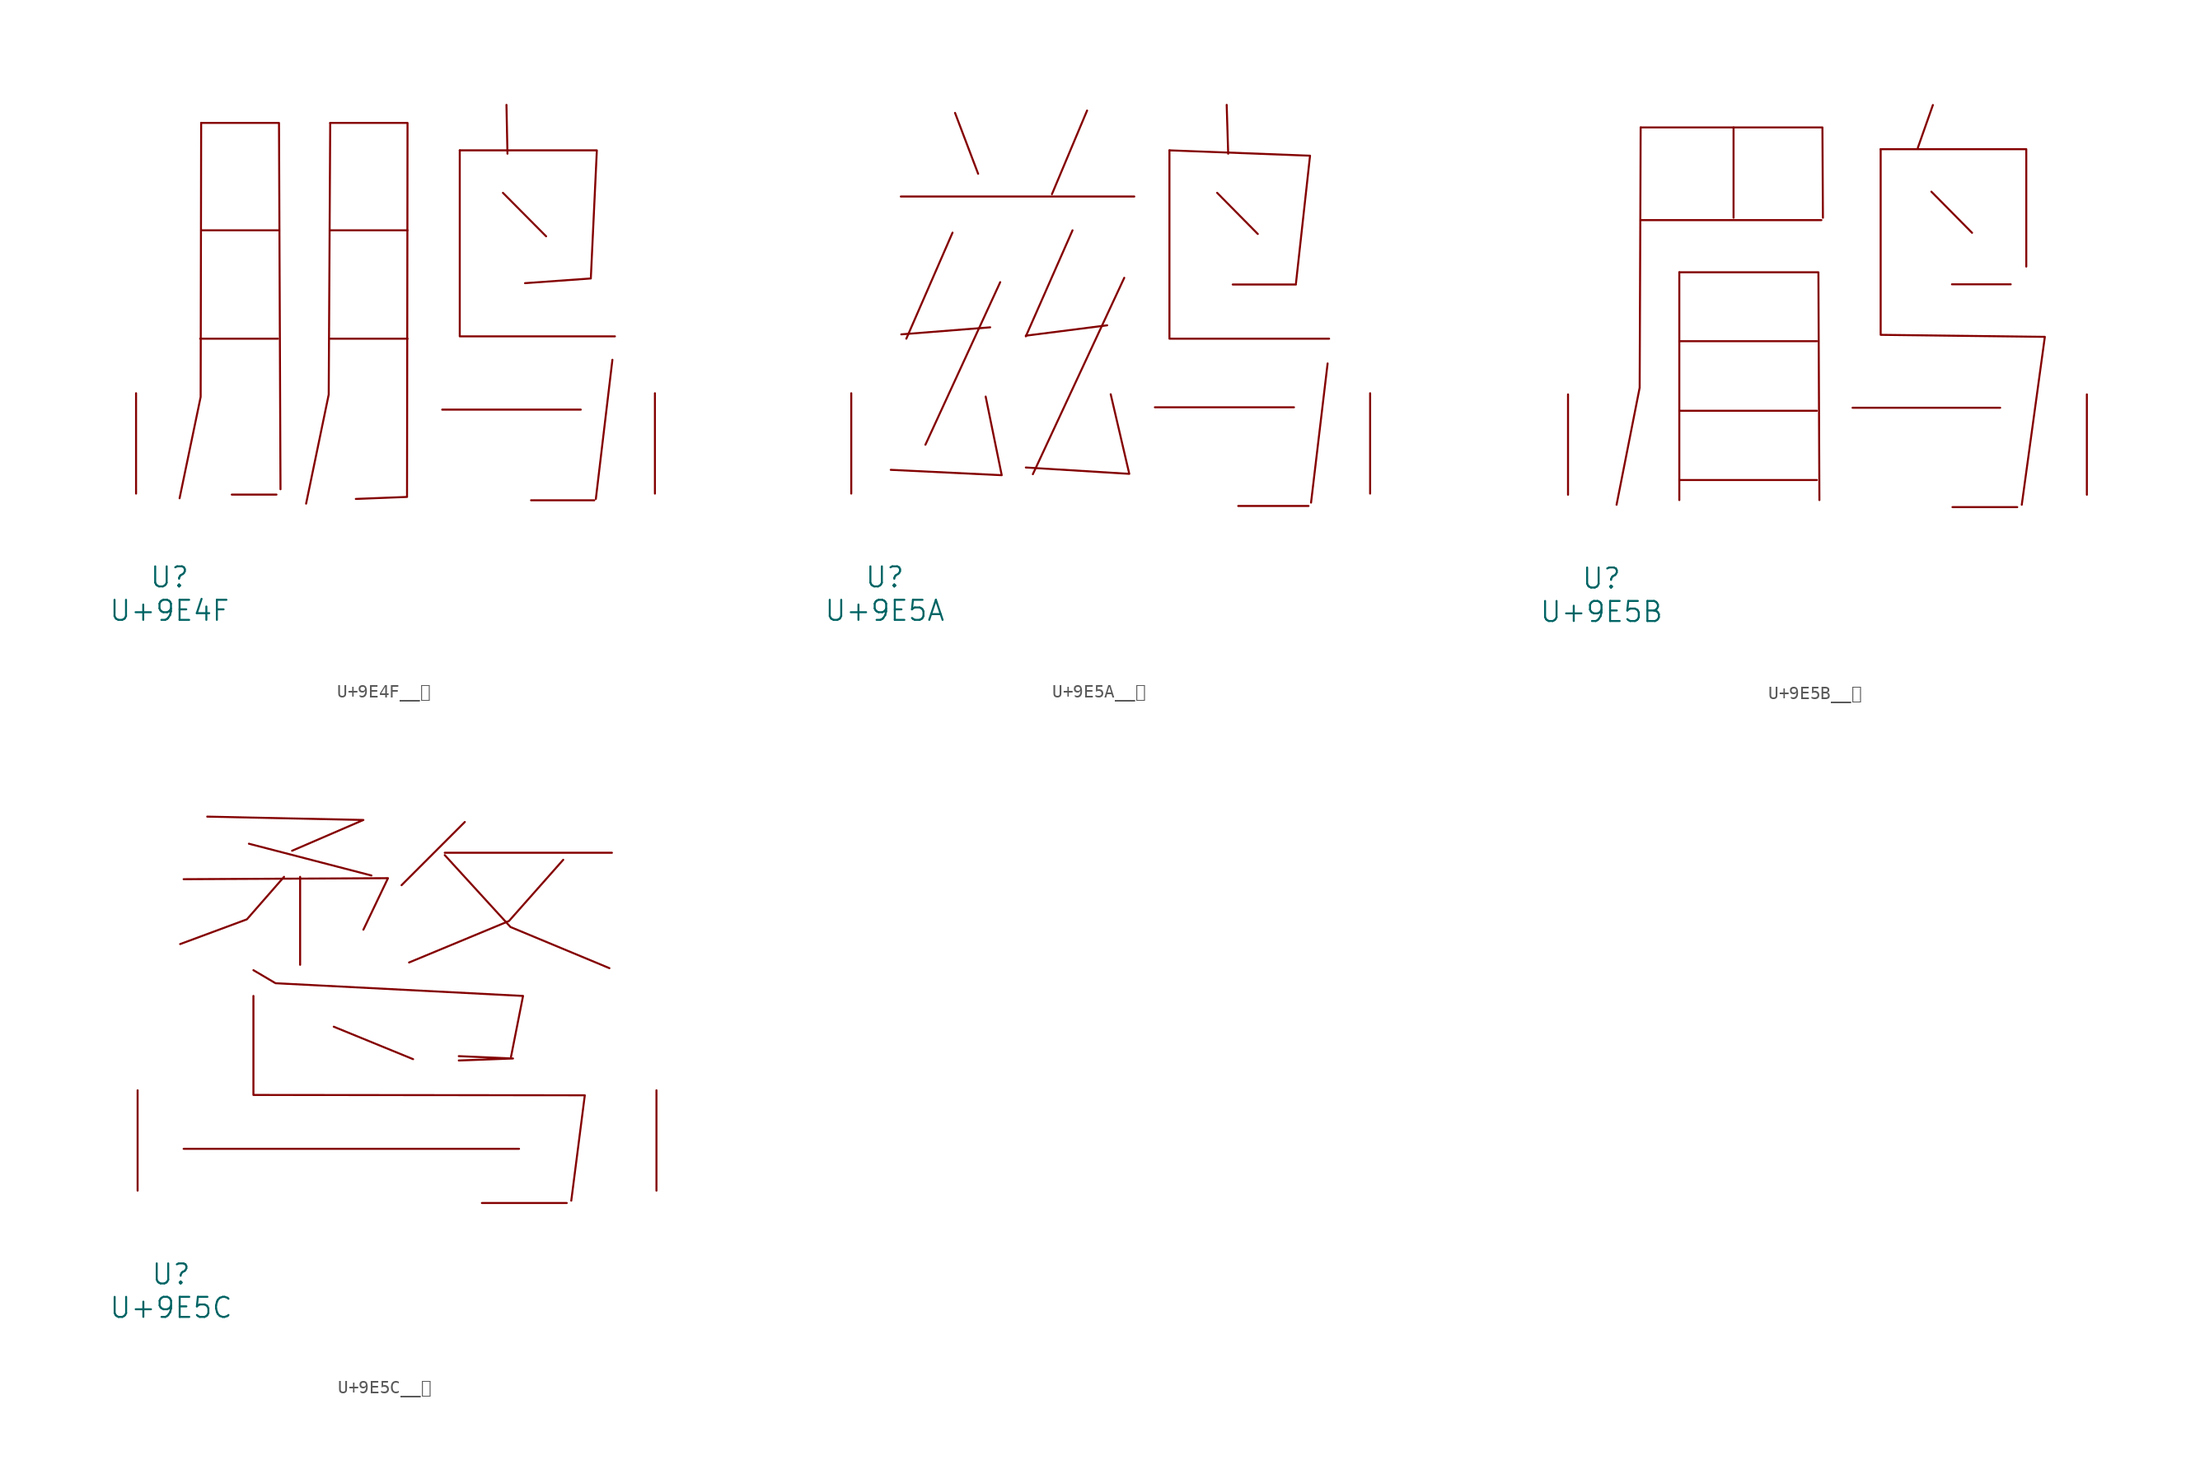
<source format=kicad_sym>
(kicad_symbol_lib
  (version 20231120)
  (generator "kicad_symbol_editor")
  (generator_version "8.0")
  (symbol "U+9E4F__鹏"
    (pin_names
      (offset 1.016))
    (property "Reference" "U"
      (at 0 -6.35 0)
      (effects (font (size 1.524 1.524))))
    (property "Value" "U+9E4F"
      (at 0 -8.89 0)
      (effects (font (size 1.524 1.524))))
    (symbol "U+9E4F__鹏_0_1"
      (polyline (pts (xy 2.324 11.76) (xy 8.23 11.76)) (stroke (width 0) (type solid)) (fill (type none)))
      (polyline (pts (xy 2.4 19.99) (xy 8.23 19.99)) (stroke (width 0) (type solid)) (fill (type none)))
      (polyline (pts (xy 4.724 -0.076) (xy 8.115 -0.076)) (stroke (width 0) (type solid)) (fill (type none)))
      (polyline (pts (xy 12.192 11.76) (xy 18.059 11.76)) (stroke (width 0) (type solid)) (fill (type none)))
      (polyline (pts (xy 12.192 19.99) (xy 18.059 19.99)) (stroke (width 0) (type solid)) (fill (type none)))
      (polyline (pts (xy 20.688 6.375) (xy 31.204 6.375)) (stroke (width 0) (type solid)) (fill (type none)))
      (polyline (pts (xy 22.022 11.938) (xy 33.795 11.938)) (stroke (width 0) (type solid)) (fill (type none)))
      (polyline (pts (xy 22.022 26.06) (xy 22.022 11.989)) (stroke (width 0) (type solid)) (fill (type none)))
      (polyline (pts (xy 25.298 22.835) (xy 28.575 19.533)) (stroke (width 0) (type solid)) (fill (type none)))
      (polyline (pts (xy 25.565 29.515) (xy 25.641 25.806)) (stroke (width 0) (type solid)) (fill (type none)))
      (polyline (pts (xy 27.432 -0.508) (xy 32.233 -0.508)) (stroke (width 0) (type solid)) (fill (type none)))
      (polyline (pts (xy 33.604 10.16) (xy 32.347 -0.406)) (stroke (width 0) (type solid)) (fill (type none)))
      (polyline (pts (xy 2.4 28.143) (xy 2.362 7.341) (xy 0.762 -0.356)) (stroke (width 0) (type solid)) (fill (type none)))
      (polyline (pts (xy 2.4 28.143) (xy 8.306 28.143) (xy 8.42 0.33)) (stroke (width 0) (type solid)) (fill (type none)))
      (polyline (pts (xy 12.192 28.143) (xy 12.078 7.518) (xy 10.363 -0.762)) (stroke (width 0) (type solid)) (fill (type none)))
      (polyline (pts (xy 12.192 28.143) (xy 18.059 28.143) (xy 18.021 -0.254) (xy 14.135 -0.406)) (stroke (width 0) (type solid)) (fill (type none)))
      (polyline (pts (xy 22.022 26.06) (xy 32.423 26.06) (xy 31.966 16.332) (xy 26.975 15.977)) (stroke (width 0) (type solid)) (fill (type none)))
      (pin input line (at -2.54 0 90) (length 7.62) (name "~" (effects (font (size 1.27 1.27)))) (number "~" (effects (font (size 1.27 1.27)))))
      (pin input line (at 36.83 0 90) (length 7.62) (name "~" (effects (font (size 1.27 1.27)))) (number "~" (effects (font (size 1.27 1.27)))))))
  (symbol "U+9E5A__鹚"
    (pin_names
      (offset 1.016))
    (property "Reference" "U"
      (at 0 -6.35 0)
      (effects (font (size 1.524 1.524))))
    (property "Value" "U+9E5A"
      (at 0 -8.89 0)
      (effects (font (size 1.524 1.524))))
    (symbol "U+9E5A__鹚_0_1"
      (polyline (pts (xy 1.219 22.555) (xy 18.936 22.555)) (stroke (width 0) (type solid)) (fill (type none)))
      (polyline (pts (xy 5.144 19.812) (xy 1.638 11.76)) (stroke (width 0) (type solid)) (fill (type none)))
      (polyline (pts (xy 5.334 28.905) (xy 7.087 24.282)) (stroke (width 0) (type solid)) (fill (type none)))
      (polyline (pts (xy 8.001 12.624) (xy 1.257 12.09)) (stroke (width 0) (type solid)) (fill (type none)))
      (polyline (pts (xy 8.763 16.053) (xy 3.086 3.708)) (stroke (width 0) (type solid)) (fill (type none)))
      (polyline (pts (xy 14.249 19.99) (xy 10.706 11.938)) (stroke (width 0) (type solid)) (fill (type none)))
      (polyline (pts (xy 15.354 29.083) (xy 12.687 22.733)) (stroke (width 0) (type solid)) (fill (type none)))
      (polyline (pts (xy 16.878 12.776) (xy 10.706 11.989)) (stroke (width 0) (type solid)) (fill (type none)))
      (polyline (pts (xy 18.174 16.383) (xy 11.239 1.473)) (stroke (width 0) (type solid)) (fill (type none)))
      (polyline (pts (xy 20.498 6.553) (xy 31.052 6.553)) (stroke (width 0) (type solid)) (fill (type none)))
      (polyline (pts (xy 21.603 11.76) (xy 33.718 11.76)) (stroke (width 0) (type solid)) (fill (type none)))
      (polyline (pts (xy 21.603 26.06) (xy 21.603 11.836)) (stroke (width 0) (type solid)) (fill (type none)))
      (polyline (pts (xy 25.222 22.835) (xy 28.308 19.71)) (stroke (width 0) (type solid)) (fill (type none)))
      (polyline (pts (xy 25.946 29.515) (xy 26.06 25.806)) (stroke (width 0) (type solid)) (fill (type none)))
      (polyline (pts (xy 26.403 15.875) (xy 31.204 15.875)) (stroke (width 0) (type solid)) (fill (type none)))
      (polyline (pts (xy 26.822 -0.94) (xy 32.156 -0.94)) (stroke (width 0) (type solid)) (fill (type none)))
      (polyline (pts (xy 33.604 9.881) (xy 32.347 -0.686)) (stroke (width 0) (type solid)) (fill (type none)))
      (polyline (pts (xy 7.658 7.366) (xy 8.877 1.397) (xy 0.457 1.803)) (stroke (width 0) (type solid)) (fill (type none)))
      (polyline (pts (xy 17.145 7.544) (xy 18.555 1.499) (xy 10.706 1.981)) (stroke (width 0) (type solid)) (fill (type none)))
      (polyline (pts (xy 21.603 26.06) (xy 32.271 25.654) (xy 31.204 15.977)) (stroke (width 0) (type solid)) (fill (type none)))
      (pin input line (at -2.54 0 90) (length 7.62) (name "~" (effects (font (size 1.27 1.27)))) (number "~" (effects (font (size 1.27 1.27)))))
      (pin input line (at 36.83 0 90) (length 7.62) (name "~" (effects (font (size 1.27 1.27)))) (number "~" (effects (font (size 1.27 1.27)))))))
  (symbol "U+9E5B__鹛"
    (pin_names
      (offset 1.016))
    (property "Reference" "U"
      (at 0 -6.35 0)
      (effects (font (size 1.524 1.524))))
    (property "Value" "U+9E5B"
      (at 0 -8.89 0)
      (effects (font (size 1.524 1.524))))
    (symbol "U+9E5B__鹛_0_1"
      (polyline (pts (xy 2.972 20.853) (xy 16.688 20.853)) (stroke (width 0) (type solid)) (fill (type none)))
      (polyline (pts (xy 5.905 1.118) (xy 16.345 1.118)) (stroke (width 0) (type solid)) (fill (type none)))
      (polyline (pts (xy 5.905 6.375) (xy 16.345 6.375)) (stroke (width 0) (type solid)) (fill (type none)))
      (polyline (pts (xy 5.905 11.659) (xy 16.345 11.659)) (stroke (width 0) (type solid)) (fill (type none)))
      (polyline (pts (xy 5.905 16.891) (xy 5.905 -0.406)) (stroke (width 0) (type solid)) (fill (type none)))
      (polyline (pts (xy 10.02 27.889) (xy 10.02 21.031)) (stroke (width 0) (type solid)) (fill (type none)))
      (polyline (pts (xy 19.05 6.604) (xy 30.251 6.604)) (stroke (width 0) (type solid)) (fill (type none)))
      (polyline (pts (xy 25.032 23.012) (xy 28.118 19.888)) (stroke (width 0) (type solid)) (fill (type none)))
      (polyline (pts (xy 25.146 29.591) (xy 24.003 26.34)) (stroke (width 0) (type solid)) (fill (type none)))
      (polyline (pts (xy 26.594 15.977) (xy 31.052 15.977)) (stroke (width 0) (type solid)) (fill (type none)))
      (polyline (pts (xy 26.632 -0.94) (xy 31.547 -0.94)) (stroke (width 0) (type solid)) (fill (type none)))
      (polyline (pts (xy 2.972 27.889) (xy 2.896 8.128) (xy 1.143 -0.762)) (stroke (width 0) (type solid)) (fill (type none)))
      (polyline (pts (xy 2.972 27.889) (xy 16.764 27.889) (xy 16.802 21.031)) (stroke (width 0) (type solid)) (fill (type none)))
      (polyline (pts (xy 5.905 16.891) (xy 16.459 16.891) (xy 16.535 -0.406)) (stroke (width 0) (type solid)) (fill (type none)))
      (polyline (pts (xy 21.184 26.238) (xy 32.233 26.238) (xy 32.233 17.323)) (stroke (width 0) (type solid)) (fill (type none)))
      (polyline (pts (xy 21.184 26.238) (xy 21.184 12.141) (xy 33.642 11.989) (xy 31.89 -0.762)) (stroke (width 0) (type solid)) (fill (type none)))
      (pin input line (at -2.54 0 90) (length 7.62) (name "~" (effects (font (size 1.27 1.27)))) (number "~" (effects (font (size 1.27 1.27)))))
      (pin input line (at 36.83 0 90) (length 7.62) (name "~" (effects (font (size 1.27 1.27)))) (number "~" (effects (font (size 1.27 1.27)))))))
  (symbol "U+9E5C__鹜"
    (pin_names
      (offset 1.016))
    (property "Reference" "U"
      (at 0 -6.35 0)
      (effects (font (size 1.524 1.524))))
    (property "Value" "U+9E5C"
      (at 0 -8.89 0)
      (effects (font (size 1.524 1.524))))
    (symbol "U+9E5C__鹜_0_1"
      (polyline (pts (xy 0.953 3.175) (xy 26.403 3.175)) (stroke (width 0) (type solid)) (fill (type none)))
      (polyline (pts (xy 5.905 26.34) (xy 15.202 23.927)) (stroke (width 0) (type solid)) (fill (type none)))
      (polyline (pts (xy 9.792 23.825) (xy 9.792 17.145)) (stroke (width 0) (type solid)) (fill (type none)))
      (polyline (pts (xy 12.344 12.446) (xy 18.364 9.982)) (stroke (width 0) (type solid)) (fill (type none)))
      (polyline (pts (xy 20.765 25.654) (xy 33.452 25.654)) (stroke (width 0) (type solid)) (fill (type none)))
      (polyline (pts (xy 22.288 27.991) (xy 17.488 23.19)) (stroke (width 0) (type solid)) (fill (type none)))
      (polyline (pts (xy 23.584 -0.94) (xy 30.023 -0.94)) (stroke (width 0) (type solid)) (fill (type none)))
      (polyline (pts (xy 0.953 23.647) (xy 16.459 23.724) (xy 14.592 19.812)) (stroke (width 0) (type solid)) (fill (type none)))
      (polyline (pts (xy 2.743 28.397) (xy 14.592 28.143) (xy 9.182 25.806)) (stroke (width 0) (type solid)) (fill (type none)))
      (polyline (pts (xy 8.572 23.825) (xy 5.753 20.599) (xy 0.686 18.72)) (stroke (width 0) (type solid)) (fill (type none)))
      (polyline (pts (xy 20.765 25.476) (xy 25.756 20.015) (xy 33.261 16.891)) (stroke (width 0) (type solid)) (fill (type none)))
      (polyline (pts (xy 21.831 9.881) (xy 25.946 10.033) (xy 21.831 10.211)) (stroke (width 0) (type solid)) (fill (type none)))
      (polyline (pts (xy 29.756 25.121) (xy 25.641 20.472) (xy 18.059 17.323)) (stroke (width 0) (type solid)) (fill (type none)))
      (polyline (pts (xy 6.248 14.783) (xy 6.248 7.264) (xy 31.394 7.239) (xy 30.366 -0.762)) (stroke (width 0) (type solid)) (fill (type none)))
      (polyline (pts (xy 6.248 16.739) (xy 7.925 15.748) (xy 26.708 14.783) (xy 25.794 10.16)) (stroke (width 0) (type solid)) (fill (type none)))
      (pin input line (at -2.54 0 90) (length 7.62) (name "~" (effects (font (size 1.27 1.27)))) (number "~" (effects (font (size 1.27 1.27)))))
      (pin input line (at 36.83 0 90) (length 7.62) (name "~" (effects (font (size 1.27 1.27)))) (number "~" (effects (font (size 1.27 1.27))))))))
</source>
